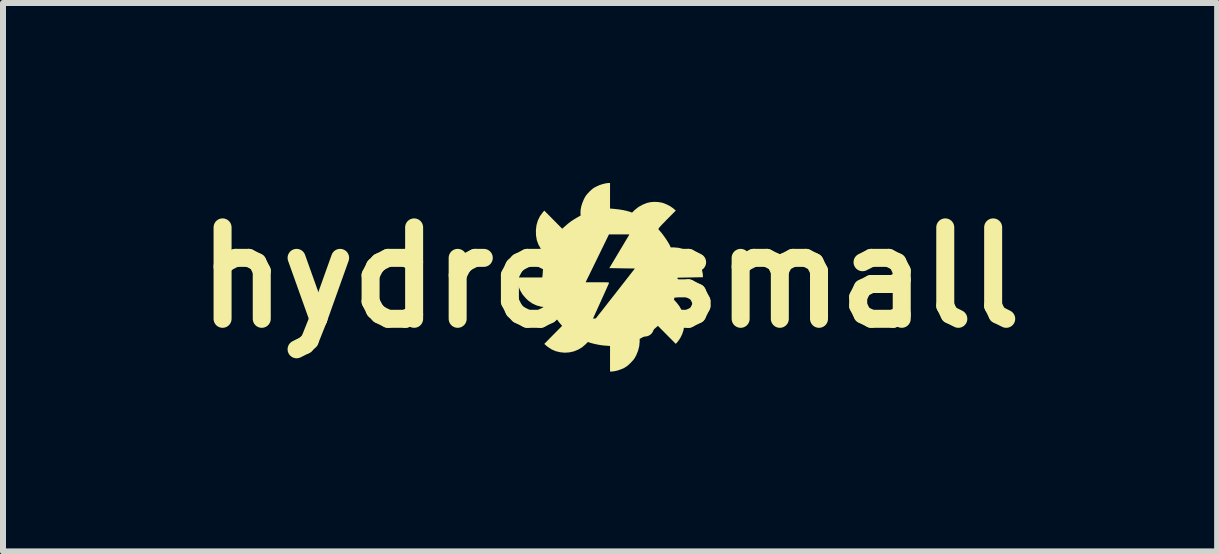
<source format=kicad_pcb>
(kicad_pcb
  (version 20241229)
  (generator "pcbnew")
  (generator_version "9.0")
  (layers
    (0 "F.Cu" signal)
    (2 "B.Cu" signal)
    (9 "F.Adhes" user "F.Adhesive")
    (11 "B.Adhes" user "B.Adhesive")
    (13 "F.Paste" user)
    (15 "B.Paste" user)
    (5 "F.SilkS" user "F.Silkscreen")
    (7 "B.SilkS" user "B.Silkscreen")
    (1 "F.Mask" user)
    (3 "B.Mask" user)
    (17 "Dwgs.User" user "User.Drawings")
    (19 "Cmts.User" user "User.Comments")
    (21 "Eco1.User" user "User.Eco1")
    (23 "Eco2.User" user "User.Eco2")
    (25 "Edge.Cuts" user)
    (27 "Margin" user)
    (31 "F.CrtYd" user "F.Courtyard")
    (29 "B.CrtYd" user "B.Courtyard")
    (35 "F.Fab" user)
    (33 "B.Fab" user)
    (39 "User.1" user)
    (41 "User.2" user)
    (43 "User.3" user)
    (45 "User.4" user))
  (footprint "hydro_small"
    (layer "F.Cu")
    (at 7.119 1.575)
    (property "Reference" "hydro_small" (at 0 0 0) (layer "F.SilkS") (effects (font (size 1.524 1.524) (thickness 0.3))))
    (attr board_only exclude_from_pos_files exclude_from_bom)
    (fp_poly (pts (xy 0 -1.149) (xy 0.089 -1.141) (xy 0.154 -1.133) (xy 0.217 -1.123) (xy 0.276 -1.11) (xy 0.325 -1.096) (xy 0.335 -1.093) (xy 0.367 -1.081) (xy 0.414 -1.127) (xy 0.476 -1.176) (xy 0.549 -1.216) (xy 0.615 -1.242) (xy 0.673 -1.255) (xy 0.738 -1.26) (xy 0.803 -1.257) (xy 0.864 -1.247) (xy 0.88 -1.242) (xy 0.943 -1.218) (xy 1.002 -1.188) (xy 1.052 -1.153) (xy 1.061 -1.145) (xy 1.096 -1.115) (xy 0.947 -0.965) (xy 0.905 -0.921) (xy 0.871 -0.887) (xy 0.846 -0.86) (xy 0.828 -0.84) (xy 0.816 -0.825) (xy 0.809 -0.815) (xy 0.807 -0.808) (xy 0.807 -0.803) (xy 0.809 -0.801) (xy 0.819 -0.789) (xy 0.835 -0.77) (xy 0.853 -0.749) (xy 0.874 -0.723) (xy 0.898 -0.69) (xy 0.925 -0.652) (xy 0.95 -0.614) (xy 0.973 -0.577) (xy 0.99 -0.547) (xy 0.998 -0.532) (xy 1.011 -0.501) (xy 1.066 -0.501) (xy 1.144 -0.494) (xy 1.219 -0.474) (xy 1.289 -0.442) (xy 1.354 -0.399) (xy 1.411 -0.348) (xy 1.46 -0.288) (xy 1.5 -0.221) (xy 1.528 -0.148) (xy 1.544 -0.071) (xy 1.547 -0.044) (xy 1.549 -0.004) (xy 1.338 0) (xy 1.127 0.004) (xy 1.122 0.08) (xy 1.107 0.203) (xy 1.079 0.321) (xy 1.065 0.37) (xy 1.111 0.421) (xy 1.153 0.475) (xy 1.189 0.537) (xy 1.216 0.601) (xy 1.227 0.639) (xy 1.235 0.692) (xy 1.238 0.753) (xy 1.235 0.814) (xy 1.226 0.871) (xy 1.224 0.881) (xy 1.203 0.944) (xy 1.173 1.005) (xy 1.138 1.058) (xy 1.127 1.071) (xy 1.096 1.107) (xy 0.947 0.957) (xy 0.798 0.807) (xy 0.744 0.854) (xy 0.706 0.885) (xy 0.662 0.919) (xy 0.617 0.951) (xy 0.573 0.98) (xy 0.535 1.002) (xy 0.528 1.006) (xy 0.494 1.024) (xy 0.494 1.067) (xy 0.487 1.144) (xy 0.467 1.222) (xy 0.439 1.292) (xy 0.421 1.326) (xy 0.404 1.354) (xy 0.384 1.38) (xy 0.358 1.408) (xy 0.344 1.423) (xy 0.307 1.458) (xy 0.275 1.484) (xy 0.242 1.504) (xy 0.229 1.512) (xy 0.186 1.53) (xy 0.139 1.547) (xy 0.093 1.559) (xy 0.052 1.566) (xy 0.031 1.568) (xy 0 1.568) (xy 0 1.142) (xy -0.07 1.137) (xy -0.128 1.132) (xy -0.191 1.122) (xy -0.254 1.109) (xy -0.31 1.095) (xy -0.326 1.09) (xy -0.37 1.076) (xy -0.404 1.111) (xy -0.464 1.163) (xy -0.531 1.203) (xy -0.602 1.232) (xy -0.678 1.249) (xy -0.754 1.254) (xy -0.83 1.247) (xy -0.905 1.229) (xy -0.975 1.199) (xy -1.04 1.156) (xy -1.062 1.138) (xy -1.096 1.108) (xy -0.948 0.957) (xy -0.799 0.807) (xy -0.847 0.75) (xy -0.926 0.646) (xy -0.987 0.546) (xy -1.013 0.497) (xy -1.066 0.496) (xy -1.15 0.487) (xy -1.226 0.466) (xy -1.297 0.433) (xy -1.363 0.386) (xy -1.403 0.348) (xy -1.458 0.284) (xy -1.499 0.215) (xy -1.528 0.141) (xy -1.541 0.08) (xy -0.407 0.08) (xy -0.21 0.08) (xy -0.152 0.08) (xy -0.106 0.08) (xy -0.072 0.081) (xy -0.048 0.081) (xy -0.032 0.083) (xy -0.022 0.085) (xy -0.018 0.087) (xy -0.017 0.091) (xy -0.017 0.093) (xy -0.021 0.101) (xy -0.03 0.122) (xy -0.044 0.154) (xy -0.062 0.194) (xy -0.084 0.243) (xy -0.109 0.299) (xy -0.137 0.36) (xy -0.166 0.425) (xy -0.179 0.453) (xy -0.209 0.519) (xy -0.237 0.581) (xy -0.263 0.639) (xy -0.286 0.689) (xy -0.305 0.732) (xy -0.32 0.766) (xy -0.33 0.79) (xy -0.336 0.802) (xy -0.336 0.804) (xy -0.336 0.805) (xy -0.337 0.806) (xy -0.336 0.806) (xy -0.334 0.805) (xy -0.331 0.801) (xy -0.325 0.794) (xy -0.316 0.783) (xy -0.304 0.768) (xy -0.288 0.748) (xy -0.268 0.722) (xy -0.242 0.689) (xy -0.211 0.649) (xy -0.174 0.602) (xy -0.129 0.546) (xy -0.078 0.48) (xy -0.019 0.404) (xy 0.042 0.327) (xy 0.414 -0.149) (xy 0.201 -0.152) (xy -0.012 -0.156) (xy 0.144 -0.417) (xy 0.178 -0.474) (xy 0.21 -0.527) (xy 0.239 -0.576) (xy 0.264 -0.618) (xy 0.285 -0.653) (xy 0.301 -0.679) (xy 0.31 -0.695) (xy 0.312 -0.699) (xy 0.322 -0.718) (xy -0.018 -0.718) (xy -0.212 -0.319) (xy -0.407 0.08) (xy -1.541 0.08) (xy -1.546 0.058) (xy -1.548 0.038) (xy -1.552 0) (xy -1.131 0) (xy -1.127 -0.016) (xy -1.126 -0.031) (xy -1.123 -0.055) (xy -1.121 -0.086) (xy -1.121 -0.098) (xy -1.111 -0.185) (xy -1.093 -0.276) (xy -1.079 -0.328) (xy -1.065 -0.377) (xy -1.098 -0.412) (xy -1.152 -0.476) (xy -1.192 -0.545) (xy -1.22 -0.619) (xy -1.234 -0.7) (xy -1.236 -0.787) (xy -1.226 -0.872) (xy -1.203 -0.95) (xy -1.168 -1.022) (xy -1.122 -1.084) (xy -1.096 -1.114) (xy -0.797 -0.812) (xy -0.758 -0.847) (xy -0.703 -0.895) (xy -0.651 -0.935) (xy -0.596 -0.971) (xy -0.534 -1.008) (xy -0.533 -1.008) (xy -0.49 -1.032) (xy -0.493 -1.071) (xy -0.491 -1.125) (xy -0.48 -1.184) (xy -0.46 -1.247) (xy -0.438 -1.299) (xy -0.419 -1.336) (xy -0.401 -1.365) (xy -0.378 -1.394) (xy -0.348 -1.425) (xy -0.347 -1.427) (xy -0.316 -1.457) (xy -0.29 -1.479) (xy -0.262 -1.498) (xy -0.229 -1.515) (xy -0.221 -1.519) (xy -0.174 -1.54) (xy -0.124 -1.556) (xy -0.076 -1.568) (xy -0.034 -1.574) (xy -0.022 -1.575) (xy 0 -1.575)) (stroke (width 0) (type solid)) (fill yes) (layer "F.SilkS")))
  (gr_rect
    (start -3 -3)
    (end 17.239 6.142)
    (stroke (width 0.1) (type default))
    (fill no)
    (layer "Edge.Cuts")))
</source>
